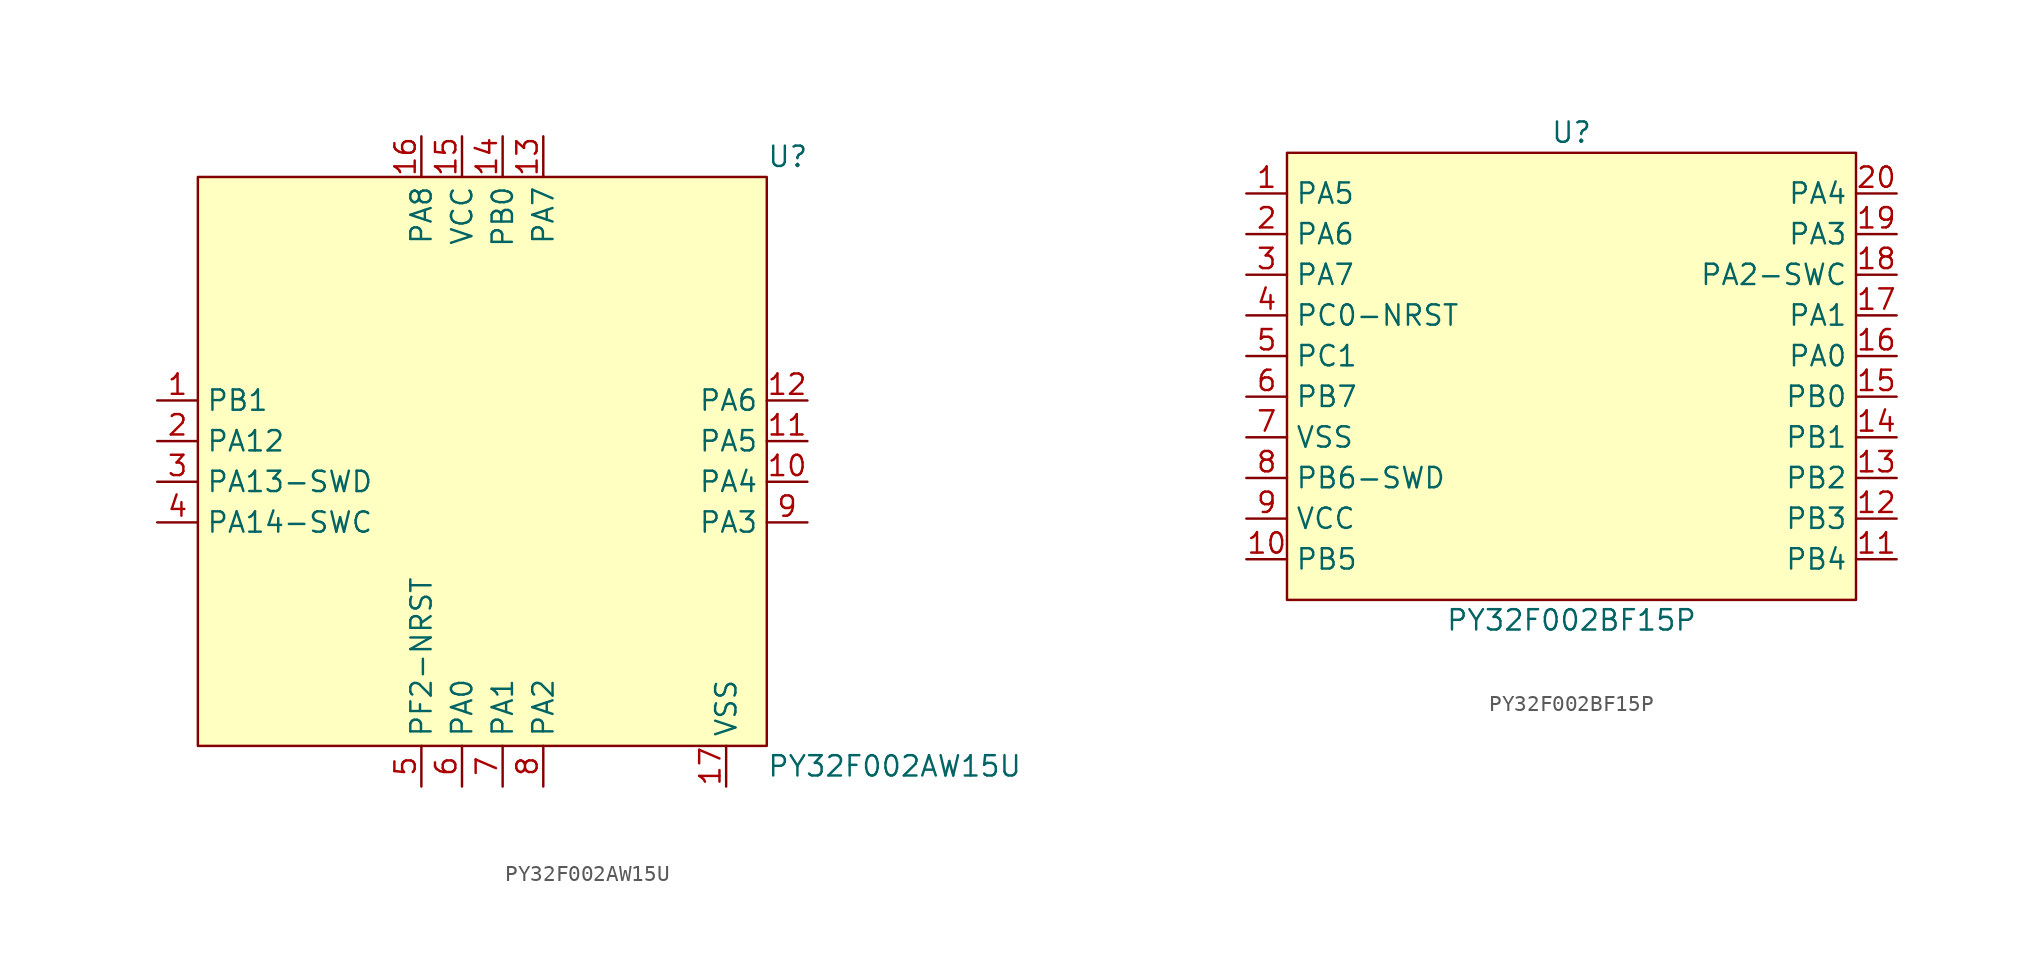
<source format=kicad_sym>
(kicad_symbol_lib
  (version 20241209)
  (generator "kicad_symbol_editor")
  (generator_version "9.0")
  (symbol "PY32F002AW15U"
    (property "Reference" "U"
      (at 17.78 19.05 0)
      (effects (font (size 1.27 1.27)) (justify left)))
    (property "Value" "PY32F002AW15U"
      (at 17.78 -19.05 0)
      (effects (font (size 1.27 1.27)) (justify left)))
    (symbol "PY32F002AW15U_0_0"
      (pin unspecified line (at -20.32 3.81 0) (length 2.54) (name "PB1" (effects (font (size 1.27 1.27)))) (number "1" (effects (font (size 1.27 1.27)))))
      (pin unspecified line (at -20.32 1.27 0) (length 2.54) (name "PA12" (effects (font (size 1.27 1.27)))) (number "2" (effects (font (size 1.27 1.27)))))
      (pin unspecified line (at -20.32 -1.27 0) (length 2.54) (name "PA13-SWD" (effects (font (size 1.27 1.27)))) (number "3" (effects (font (size 1.27 1.27)))))
      (pin unspecified line (at -20.32 -3.81 0) (length 2.54) (name "PA14-SWC" (effects (font (size 1.27 1.27)))) (number "4" (effects (font (size 1.27 1.27)))))
      (pin unspecified line (at -3.81 20.32 270) (length 2.54) (name "PA8" (effects (font (size 1.27 1.27)))) (number "16" (effects (font (size 1.27 1.27)))))
      (pin unspecified line (at -3.81 -20.32 90) (length 2.54) (name "PF2-NRST" (effects (font (size 1.27 1.27)))) (number "5" (effects (font (size 1.27 1.27)))))
      (pin unspecified line (at -1.27 20.32 270) (length 2.54) (name "VCC" (effects (font (size 1.27 1.27)))) (number "15" (effects (font (size 1.27 1.27)))))
      (pin unspecified line (at -1.27 -20.32 90) (length 2.54) (name "PA0" (effects (font (size 1.27 1.27)))) (number "6" (effects (font (size 1.27 1.27)))))
      (pin unspecified line (at 1.27 20.32 270) (length 2.54) (name "PB0" (effects (font (size 1.27 1.27)))) (number "14" (effects (font (size 1.27 1.27)))))
      (pin unspecified line (at 1.27 -20.32 90) (length 2.54) (name "PA1" (effects (font (size 1.27 1.27)))) (number "7" (effects (font (size 1.27 1.27)))))
      (pin unspecified line (at 3.81 20.32 270) (length 2.54) (name "PA7" (effects (font (size 1.27 1.27)))) (number "13" (effects (font (size 1.27 1.27)))))
      (pin unspecified line (at 3.81 -20.32 90) (length 2.54) (name "PA2" (effects (font (size 1.27 1.27)))) (number "8" (effects (font (size 1.27 1.27)))))
      (pin unspecified line (at 20.32 3.81 180) (length 2.54) (name "PA6" (effects (font (size 1.27 1.27)))) (number "12" (effects (font (size 1.27 1.27)))))
      (pin unspecified line (at 20.32 1.27 180) (length 2.54) (name "PA5" (effects (font (size 1.27 1.27)))) (number "11" (effects (font (size 1.27 1.27)))))
      (pin unspecified line (at 20.32 -1.27 180) (length 2.54) (name "PA4" (effects (font (size 1.27 1.27)))) (number "10" (effects (font (size 1.27 1.27)))))
      (pin unspecified line (at 20.32 -3.81 180) (length 2.54) (name "PA3" (effects (font (size 1.27 1.27)))) (number "9" (effects (font (size 1.27 1.27))))))
    (symbol "PY32F002AW15U_1_0"
      (pin unspecified line (at 15.24 -20.32 90) (length 2.54) (name "VSS" (effects (font (size 1.27 1.27)))) (number "17" (effects (font (size 1.27 1.27))))))
    (symbol "PY32F002AW15U_1_1"
      (rectangle (start -17.78 17.78) (end 17.78 -17.78) (stroke (width 0) (type solid)) (fill (type background)))))
  (symbol "PY32F002BF15P"
    (property "Reference" "U"
      (at 0 15.24 0)
      (effects (font (size 1.27 1.27))))
    (property "Value" "PY32F002BF15P"
      (at 0 -15.24 0)
      (effects (font (size 1.27 1.27))))
    (symbol "PY32F002BF15P_0_0"
      (pin unspecified line (at -20.32 11.43 0) (length 2.54) (name "PA5" (effects (font (size 1.27 1.27)))) (number "1" (effects (font (size 1.27 1.27)))))
      (pin unspecified line (at -20.32 8.89 0) (length 2.54) (name "PA6" (effects (font (size 1.27 1.27)))) (number "2" (effects (font (size 1.27 1.27)))))
      (pin unspecified line (at -20.32 6.35 0) (length 2.54) (name "PA7" (effects (font (size 1.27 1.27)))) (number "3" (effects (font (size 1.27 1.27)))))
      (pin unspecified line (at -20.32 3.81 0) (length 2.54) (name "PC0-NRST" (effects (font (size 1.27 1.27)))) (number "4" (effects (font (size 1.27 1.27)))))
      (pin unspecified line (at -20.32 1.27 0) (length 2.54) (name "PC1" (effects (font (size 1.27 1.27)))) (number "5" (effects (font (size 1.27 1.27)))))
      (pin unspecified line (at -20.32 -1.27 0) (length 2.54) (name "PB7" (effects (font (size 1.27 1.27)))) (number "6" (effects (font (size 1.27 1.27)))))
      (pin unspecified line (at -20.32 -3.81 0) (length 2.54) (name "VSS" (effects (font (size 1.27 1.27)))) (number "7" (effects (font (size 1.27 1.27)))))
      (pin unspecified line (at -20.32 -6.35 0) (length 2.54) (name "PB6-SWD" (effects (font (size 1.27 1.27)))) (number "8" (effects (font (size 1.27 1.27)))))
      (pin unspecified line (at -20.32 -8.89 0) (length 2.54) (name "VCC" (effects (font (size 1.27 1.27)))) (number "9" (effects (font (size 1.27 1.27)))))
      (pin unspecified line (at -20.32 -11.43 0) (length 2.54) (name "PB5" (effects (font (size 1.27 1.27)))) (number "10" (effects (font (size 1.27 1.27)))))
      (pin unspecified line (at 20.32 11.43 180) (length 2.54) (name "PA4" (effects (font (size 1.27 1.27)))) (number "20" (effects (font (size 1.27 1.27)))))
      (pin unspecified line (at 20.32 8.89 180) (length 2.54) (name "PA3" (effects (font (size 1.27 1.27)))) (number "19" (effects (font (size 1.27 1.27)))))
      (pin unspecified line (at 20.32 6.35 180) (length 2.54) (name "PA2-SWC" (effects (font (size 1.27 1.27)))) (number "18" (effects (font (size 1.27 1.27)))))
      (pin unspecified line (at 20.32 3.81 180) (length 2.54) (name "PA1" (effects (font (size 1.27 1.27)))) (number "17" (effects (font (size 1.27 1.27)))))
      (pin unspecified line (at 20.32 1.27 180) (length 2.54) (name "PA0" (effects (font (size 1.27 1.27)))) (number "16" (effects (font (size 1.27 1.27)))))
      (pin unspecified line (at 20.32 -1.27 180) (length 2.54) (name "PB0" (effects (font (size 1.27 1.27)))) (number "15" (effects (font (size 1.27 1.27)))))
      (pin unspecified line (at 20.32 -3.81 180) (length 2.54) (name "PB1" (effects (font (size 1.27 1.27)))) (number "14" (effects (font (size 1.27 1.27)))))
      (pin unspecified line (at 20.32 -6.35 180) (length 2.54) (name "PB2" (effects (font (size 1.27 1.27)))) (number "13" (effects (font (size 1.27 1.27)))))
      (pin unspecified line (at 20.32 -8.89 180) (length 2.54) (name "PB3" (effects (font (size 1.27 1.27)))) (number "12" (effects (font (size 1.27 1.27)))))
      (pin unspecified line (at 20.32 -11.43 180) (length 2.54) (name "PB4" (effects (font (size 1.27 1.27)))) (number "11" (effects (font (size 1.27 1.27))))))
    (symbol "PY32F002BF15P_1_1"
      (rectangle (start -17.78 13.97) (end 17.78 -13.97) (stroke (width 0) (type solid)) (fill (type background))))))
</source>
